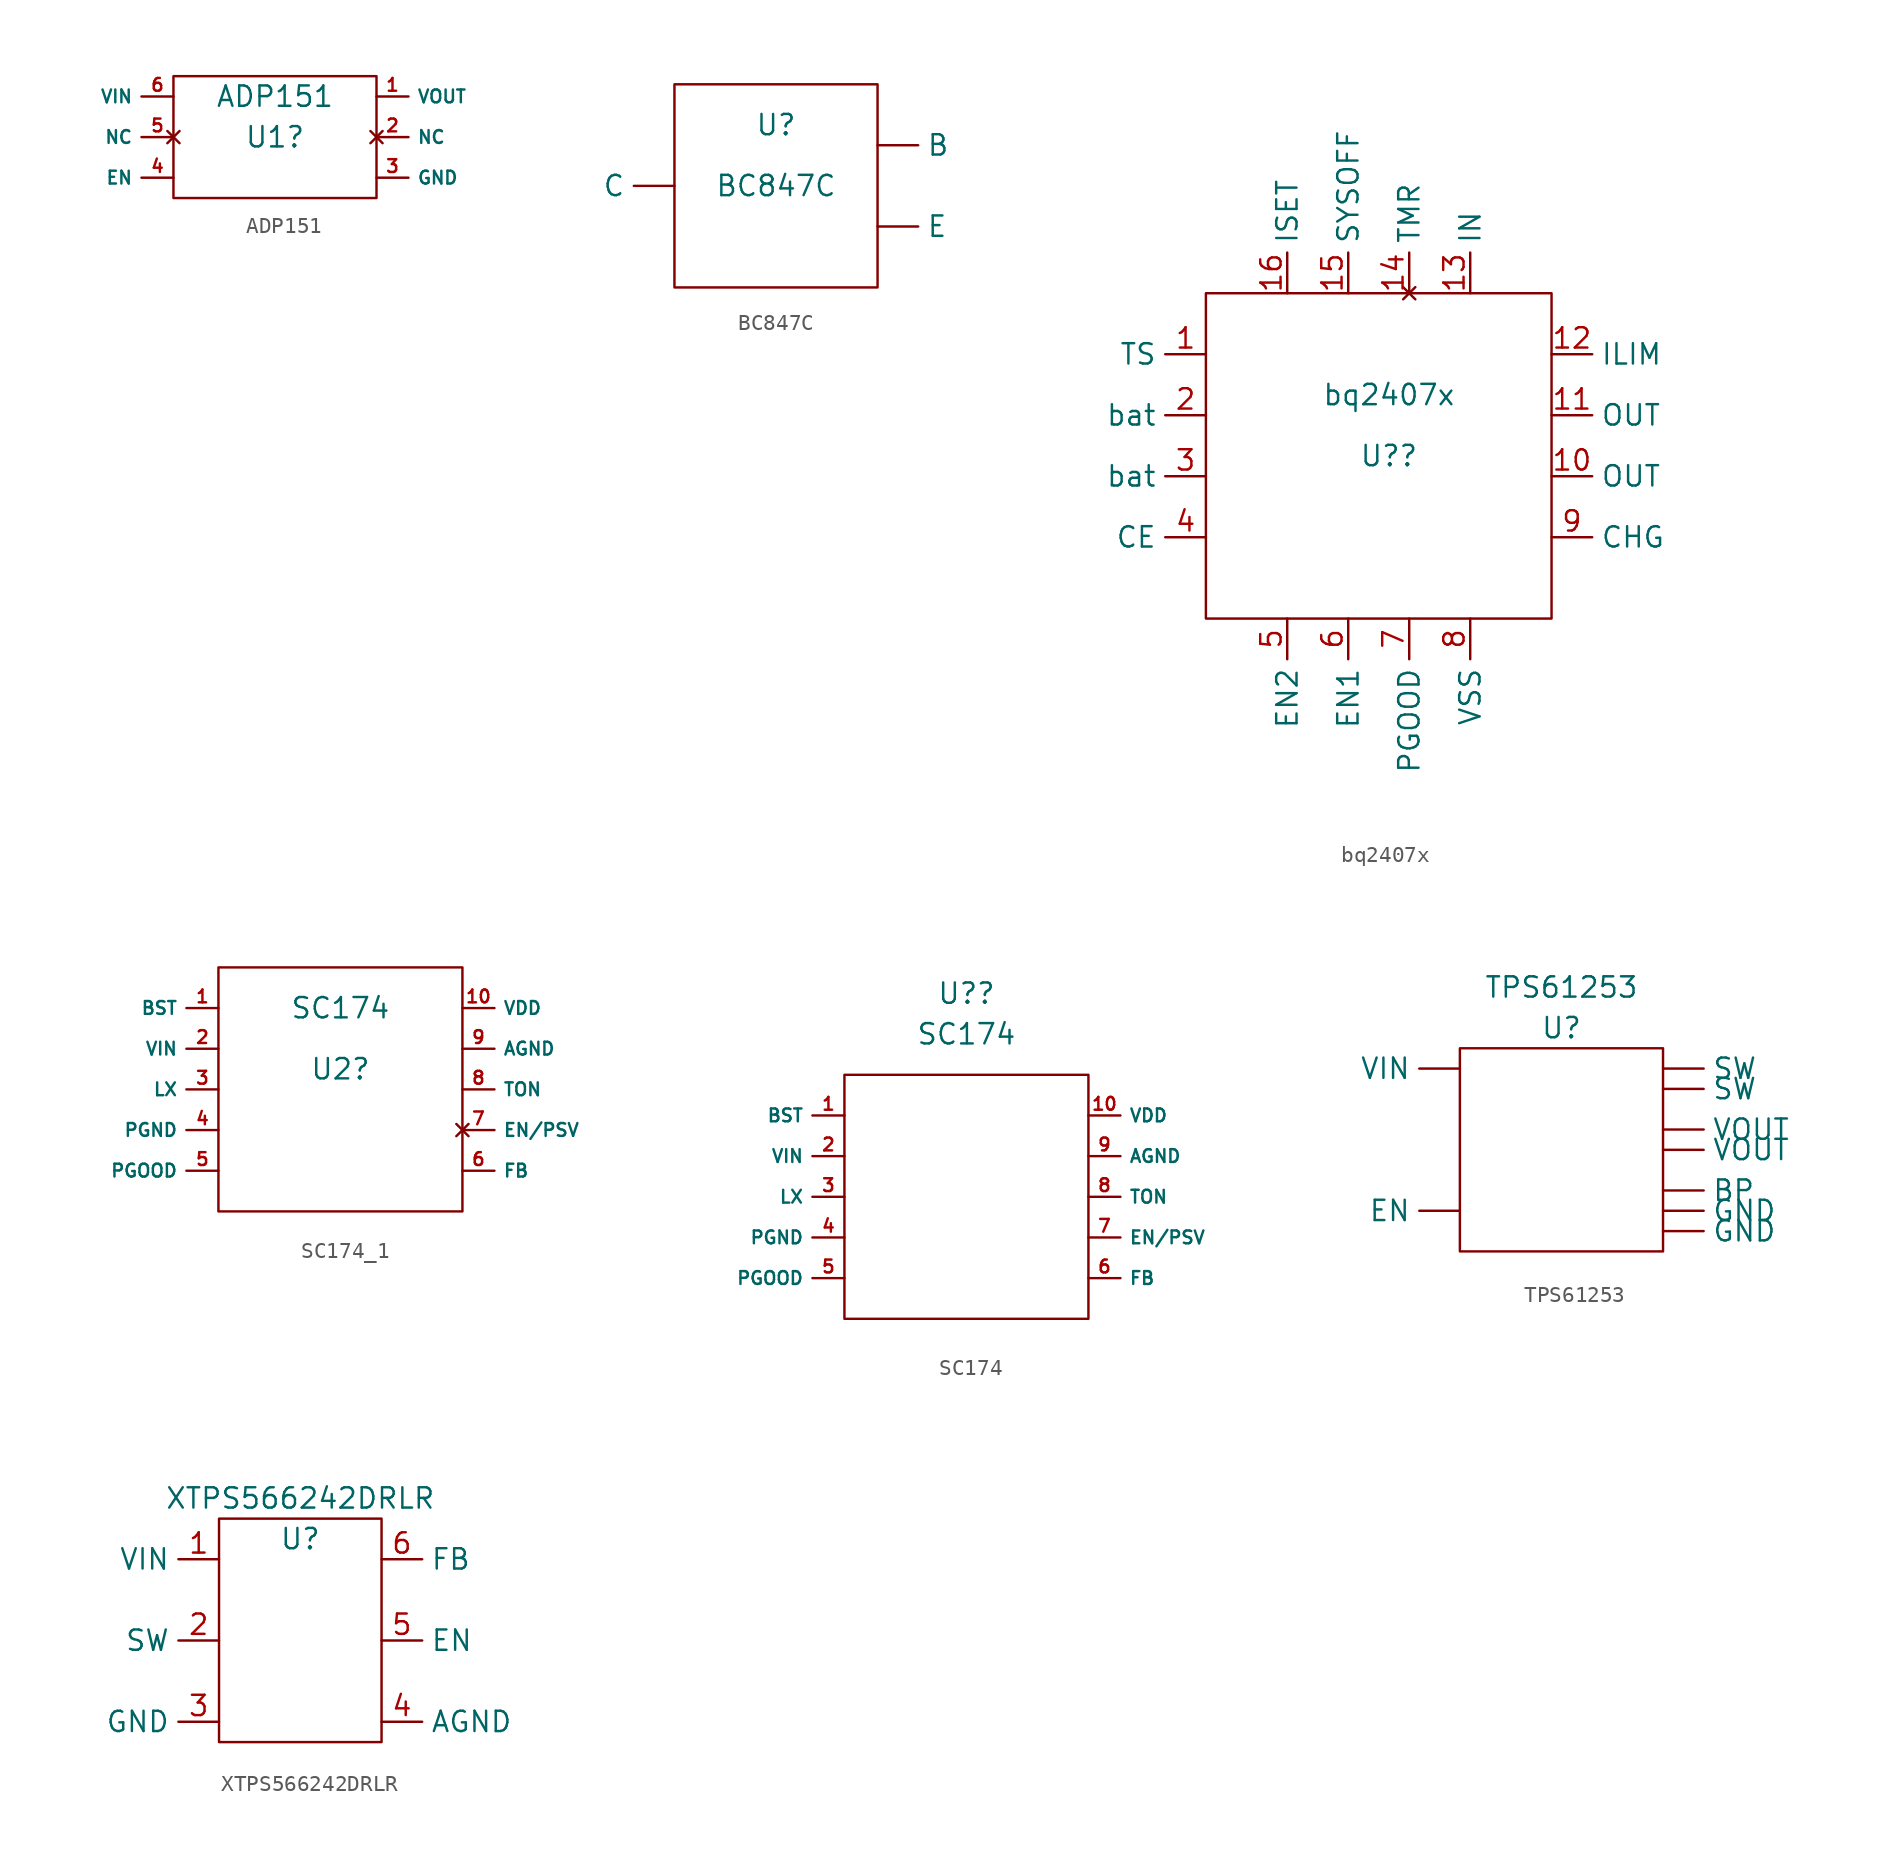
<source format=kicad_sym>
(kicad_symbol_lib
  (version 20211014)
  (generator kicad_symbol_editor)
  (symbol "ADP151"
    (property "Reference" "U1"
      (at 0 -1.27 0)
      (effects (font (size 1.27 1.27))))
    (property "Value" "ADP151"
      (at 0 1.27 0)
      (effects (font (size 1.27 1.27))))
    (symbol "ADP151_0_1"
      (rectangle (start -6.35 2.54) (end 6.35 -5.08) (stroke (width 0) (type default) (color 0 0 0 0)) (fill (type none))))
    (symbol "ADP151_1_1"
      (pin output line (at 6.35 1.27 0) (length 2) (name "VOUT" (effects (font (size 0.8 0.8)))) (number "1" (effects (font (size 0.8 0.8)))))
      (pin no_connect line (at 6.35 -1.27 0) (length 2) (name "NC" (effects (font (size 0.8 0.8)))) (number "2" (effects (font (size 0.8 0.8)))))
      (pin input line (at 6.35 -3.81 0) (length 2) (name "GND" (effects (font (size 0.8 0.8)))) (number "3" (effects (font (size 0.8 0.8)))))
      (pin input line (at -6.35 -3.81 180) (length 2) (name "EN" (effects (font (size 0.8 0.8)))) (number "4" (effects (font (size 0.8 0.8)))))
      (pin no_connect line (at -6.35 -1.27 180) (length 2) (name "NC" (effects (font (size 0.8 0.8)))) (number "5" (effects (font (size 0.8 0.8)))))
      (pin input line (at -6.35 1.27 180) (length 2) (name "VIN" (effects (font (size 0.8 0.8)))) (number "6" (effects (font (size 0.8 0.8)))))))
  (symbol "BC847C"
    (property "Reference" "U"
      (at 0 3.81 0)
      (effects (font (size 1.27 1.27))))
    (property "Value" "BC847C"
      (at 0 0 0)
      (effects (font (size 1.27 1.27))))
    (symbol "BC847C_0_1"
      (rectangle (start -6.35 6.35) (end 6.35 -6.35) (stroke (width 0) (type default) (color 0 0 0 0)) (fill (type none))))
    (symbol "BC847C_1_1"
      (pin input line (at 6.35 2.54 0) (length 2.54) (name "B" (effects (font (size 1.27 1.27)))) (number "" (effects (font (size 1.27 1.27)))))
      (pin input line (at -6.35 0 180) (length 2.54) (name "C" (effects (font (size 1.27 1.27)))) (number "" (effects (font (size 1.27 1.27)))))
      (pin input line (at 6.35 -2.54 0) (length 2.54) (name "E" (effects (font (size 1.27 1.27)))) (number "" (effects (font (size 1.27 1.27)))))))
  (symbol "bq2407x"
    (property "Reference" "U?"
      (at 0 0 0)
      (effects (font (size 1.27 1.27))))
    (property "Value" "bq2407x"
      (at 0 3.81 0)
      (effects (font (size 1.27 1.27))))
    (symbol "bq2407x_0_1"
      (rectangle (start -11.43 10.16) (end 10.16 -10.16) (stroke (width 0) (type default) (color 0 0 0 0)) (fill (type none))))
    (symbol "bq2407x_1_1"
      (pin input line (at -11.43 6.35 180) (length 2.54) (name "TS" (effects (font (size 1.27 1.27)))) (number "1" (effects (font (size 1.27 1.27)))))
      (pin input line (at 10.16 -1.27 0) (length 2.54) (name "OUT" (effects (font (size 1.27 1.27)))) (number "10" (effects (font (size 1.27 1.27)))))
      (pin input line (at 10.16 2.54 0) (length 2.54) (name "OUT" (effects (font (size 1.27 1.27)))) (number "11" (effects (font (size 1.27 1.27)))))
      (pin input line (at 10.16 6.35 0) (length 2.54) (name "ILIM" (effects (font (size 1.27 1.27)))) (number "12" (effects (font (size 1.27 1.27)))))
      (pin input line (at 5.08 10.16 90) (length 2.54) (name "IN" (effects (font (size 1.27 1.27)))) (number "13" (effects (font (size 1.27 1.27)))))
      (pin no_connect line (at 1.27 10.16 90) (length 2.54) (name "TMR" (effects (font (size 1.27 1.27)))) (number "14" (effects (font (size 1.27 1.27)))))
      (pin input line (at -2.54 10.16 90) (length 2.54) (name "SYSOFF" (effects (font (size 1.27 1.27)))) (number "15" (effects (font (size 1.27 1.27)))))
      (pin input line (at -6.35 10.16 90) (length 2.54) (name "ISET" (effects (font (size 1.27 1.27)))) (number "16" (effects (font (size 1.27 1.27)))))
      (pin input line (at -11.43 2.54 180) (length 2.54) (name "bat" (effects (font (size 1.27 1.27)))) (number "2" (effects (font (size 1.27 1.27)))))
      (pin input line (at -11.43 -1.27 180) (length 2.54) (name "bat" (effects (font (size 1.27 1.27)))) (number "3" (effects (font (size 1.27 1.27)))))
      (pin input line (at -11.43 -5.08 180) (length 2.54) (name "CE" (effects (font (size 1.27 1.27)))) (number "4" (effects (font (size 1.27 1.27)))))
      (pin input line (at -6.35 -10.16 270) (length 2.54) (name "EN2" (effects (font (size 1.27 1.27)))) (number "5" (effects (font (size 1.27 1.27)))))
      (pin input line (at -2.54 -10.16 270) (length 2.54) (name "EN1" (effects (font (size 1.27 1.27)))) (number "6" (effects (font (size 1.27 1.27)))))
      (pin input line (at 1.27 -10.16 270) (length 2.54) (name "PGOOD" (effects (font (size 1.27 1.27)))) (number "7" (effects (font (size 1.27 1.27)))))
      (pin input line (at 5.08 -10.16 270) (length 2.54) (name "VSS" (effects (font (size 1.27 1.27)))) (number "8" (effects (font (size 1.27 1.27)))))
      (pin input line (at 10.16 -5.08 0) (length 2.54) (name "CHG" (effects (font (size 1.27 1.27)))) (number "9" (effects (font (size 1.27 1.27)))))))
  (symbol "SC174_1"
    (property "Reference" "U2"
      (at 0 1.27 0)
      (effects (font (size 1.27 1.27))))
    (property "Value" "SC174"
      (at 0 5.08 0)
      (effects (font (size 1.27 1.27))))
    (symbol "SC174_1_0_1"
      (rectangle (start -7.62 7.62) (end 7.62 -7.62) (stroke (width 0) (type default) (color 0 0 0 0)) (fill (type none))))
    (symbol "SC174_1_1_1"
      (pin passive line (at -7.62 5.08 180) (length 2) (name "BST" (effects (font (size 0.8 0.8)))) (number "1" (effects (font (size 0.8 0.8)))))
      (pin passive line (at 7.62 5.08 0) (length 2) (name "VDD" (effects (font (size 0.8 0.8)))) (number "10" (effects (font (size 0.8 0.8)))))
      (pin input line (at -7.62 2.54 180) (length 2) (name "VIN" (effects (font (size 0.8 0.8)))) (number "2" (effects (font (size 0.8 0.8)))))
      (pin passive line (at -7.62 0 180) (length 2) (name "LX" (effects (font (size 0.8 0.8)))) (number "3" (effects (font (size 0.8 0.8)))))
      (pin passive line (at -7.62 -2.54 180) (length 2) (name "PGND" (effects (font (size 0.8 0.8)))) (number "4" (effects (font (size 0.8 0.8)))))
      (pin passive line (at -7.62 -5.08 180) (length 2) (name "PGOOD" (effects (font (size 0.8 0.8)))) (number "5" (effects (font (size 0.8 0.8)))))
      (pin passive line (at 7.62 -5.08 0) (length 2) (name "FB" (effects (font (size 0.8 0.8)))) (number "6" (effects (font (size 0.8 0.8)))))
      (pin no_connect line (at 7.62 -2.54 0) (length 2) (name "EN/PSV" (effects (font (size 0.8 0.8)))) (number "7" (effects (font (size 0.8 0.8)))))
      (pin passive line (at 7.62 0 0) (length 2) (name "TON" (effects (font (size 0.8 0.8)))) (number "8" (effects (font (size 0.8 0.8)))))
      (pin passive line (at 7.62 2.54 0) (length 2) (name "AGND" (effects (font (size 0.8 0.8)))) (number "9" (effects (font (size 0.8 0.8)))))))
  (symbol "SC174"
    (property "Reference" "U?"
      (at 0 12.7 0)
      (effects (font (size 1.27 1.27))))
    (property "Value" "SC174"
      (at 0 10.16 0)
      (effects (font (size 1.27 1.27))))
    (symbol "SC174_0_1"
      (rectangle (start -7.62 7.62) (end 7.62 -7.62) (stroke (width 0) (type default) (color 0 0 0 0)) (fill (type none))))
    (symbol "SC174_1_1"
      (pin passive line (at -7.62 5.08 180) (length 2) (name "BST" (effects (font (size 0.8 0.8)))) (number "1" (effects (font (size 0.8 0.8)))))
      (pin passive line (at 7.62 5.08 0) (length 2) (name "VDD" (effects (font (size 0.8 0.8)))) (number "10" (effects (font (size 0.8 0.8)))))
      (pin input line (at -7.62 2.54 180) (length 2) (name "VIN" (effects (font (size 0.8 0.8)))) (number "2" (effects (font (size 0.8 0.8)))))
      (pin passive line (at -7.62 0 180) (length 2) (name "LX" (effects (font (size 0.8 0.8)))) (number "3" (effects (font (size 0.8 0.8)))))
      (pin passive line (at -7.62 -2.54 180) (length 2) (name "PGND" (effects (font (size 0.8 0.8)))) (number "4" (effects (font (size 0.8 0.8)))))
      (pin passive line (at -7.62 -5.08 180) (length 2) (name "PGOOD" (effects (font (size 0.8 0.8)))) (number "5" (effects (font (size 0.8 0.8)))))
      (pin passive line (at 7.62 -5.08 0) (length 2) (name "FB" (effects (font (size 0.8 0.8)))) (number "6" (effects (font (size 0.8 0.8)))))
      (pin passive line (at 7.62 -2.54 0) (length 2) (name "EN/PSV" (effects (font (size 0.8 0.8)))) (number "7" (effects (font (size 0.8 0.8)))))
      (pin passive line (at 7.62 0 0) (length 2) (name "TON" (effects (font (size 0.8 0.8)))) (number "8" (effects (font (size 0.8 0.8)))))
      (pin passive line (at 7.62 2.54 0) (length 2) (name "AGND" (effects (font (size 0.8 0.8)))) (number "9" (effects (font (size 0.8 0.8)))))))
  (symbol "TPS61253"
    (property "Reference" "U"
      (at 0 7.62 0)
      (effects (font (size 1.27 1.27))))
    (property "Value" "TPS61253"
      (at 0 10.16 0)
      (effects (font (size 1.27 1.27))))
    (symbol "TPS61253_0_1"
      (rectangle (start -6.35 6.35) (end 6.35 -6.35) (stroke (width 0) (type default) (color 0 0 0 0)) (fill (type none))))
    (symbol "TPS61253_1_1"
      (pin input line (at 6.35 -2.54 0) (length 2.54) (name "BP" (effects (font (size 1.27 1.27)))) (number "" (effects (font (size 1.27 1.27)))))
      (pin input line (at -6.35 -3.81 180) (length 2.54) (name "EN" (effects (font (size 1.27 1.27)))) (number "" (effects (font (size 1.27 1.27)))))
      (pin input line (at 6.35 -5.08 0) (length 2.54) (name "GND" (effects (font (size 1.27 1.27)))) (number "" (effects (font (size 1.27 1.27)))))
      (pin input line (at 6.35 -3.81 0) (length 2.54) (name "GND" (effects (font (size 1.27 1.27)))) (number "" (effects (font (size 1.27 1.27)))))
      (pin input line (at 6.35 3.81 0) (length 2.54) (name "SW" (effects (font (size 1.27 1.27)))) (number "" (effects (font (size 1.27 1.27)))))
      (pin input line (at 6.35 5.08 0) (length 2.54) (name "SW" (effects (font (size 1.27 1.27)))) (number "" (effects (font (size 1.27 1.27)))))
      (pin input line (at -6.35 5.08 180) (length 2.54) (name "VIN" (effects (font (size 1.27 1.27)))) (number "" (effects (font (size 1.27 1.27)))))
      (pin input line (at 6.35 0 0) (length 2.54) (name "VOUT" (effects (font (size 1.27 1.27)))) (number "" (effects (font (size 1.27 1.27)))))
      (pin input line (at 6.35 1.27 0) (length 2.54) (name "VOUT" (effects (font (size 1.27 1.27)))) (number "" (effects (font (size 1.27 1.27)))))))
  (symbol "XTPS566242DRLR"
    (property "Reference" "U"
      (at 0 6.35 0)
      (effects (font (size 1.27 1.27))))
    (property "Value" "XTPS566242DRLR"
      (at 0 8.89 0)
      (effects (font (size 1.27 1.27))))
    (symbol "XTPS566242DRLR_0_1"
      (rectangle (start -5.08 7.62) (end 5.08 -6.35) (stroke (width 0) (type default) (color 0 0 0 0)) (fill (type none))))
    (symbol "XTPS566242DRLR_1_1"
      (pin input line (at -5.08 5.08 180) (length 2.54) (name "VIN" (effects (font (size 1.27 1.27)))) (number "1" (effects (font (size 1.27 1.27)))))
      (pin output line (at -5.08 0 180) (length 2.54) (name "SW" (effects (font (size 1.27 1.27)))) (number "2" (effects (font (size 1.27 1.27)))))
      (pin input line (at -5.08 -5.08 180) (length 2.54) (name "GND" (effects (font (size 1.27 1.27)))) (number "3" (effects (font (size 1.27 1.27)))))
      (pin input line (at 5.08 -5.08 0) (length 2.54) (name "AGND" (effects (font (size 1.27 1.27)))) (number "4" (effects (font (size 1.27 1.27)))))
      (pin input line (at 5.08 0 0) (length 2.54) (name "EN" (effects (font (size 1.27 1.27)))) (number "5" (effects (font (size 1.27 1.27)))))
      (pin input line (at 5.08 5.08 0) (length 2.54) (name "FB" (effects (font (size 1.27 1.27)))) (number "6" (effects (font (size 1.27 1.27))))))))
</source>
